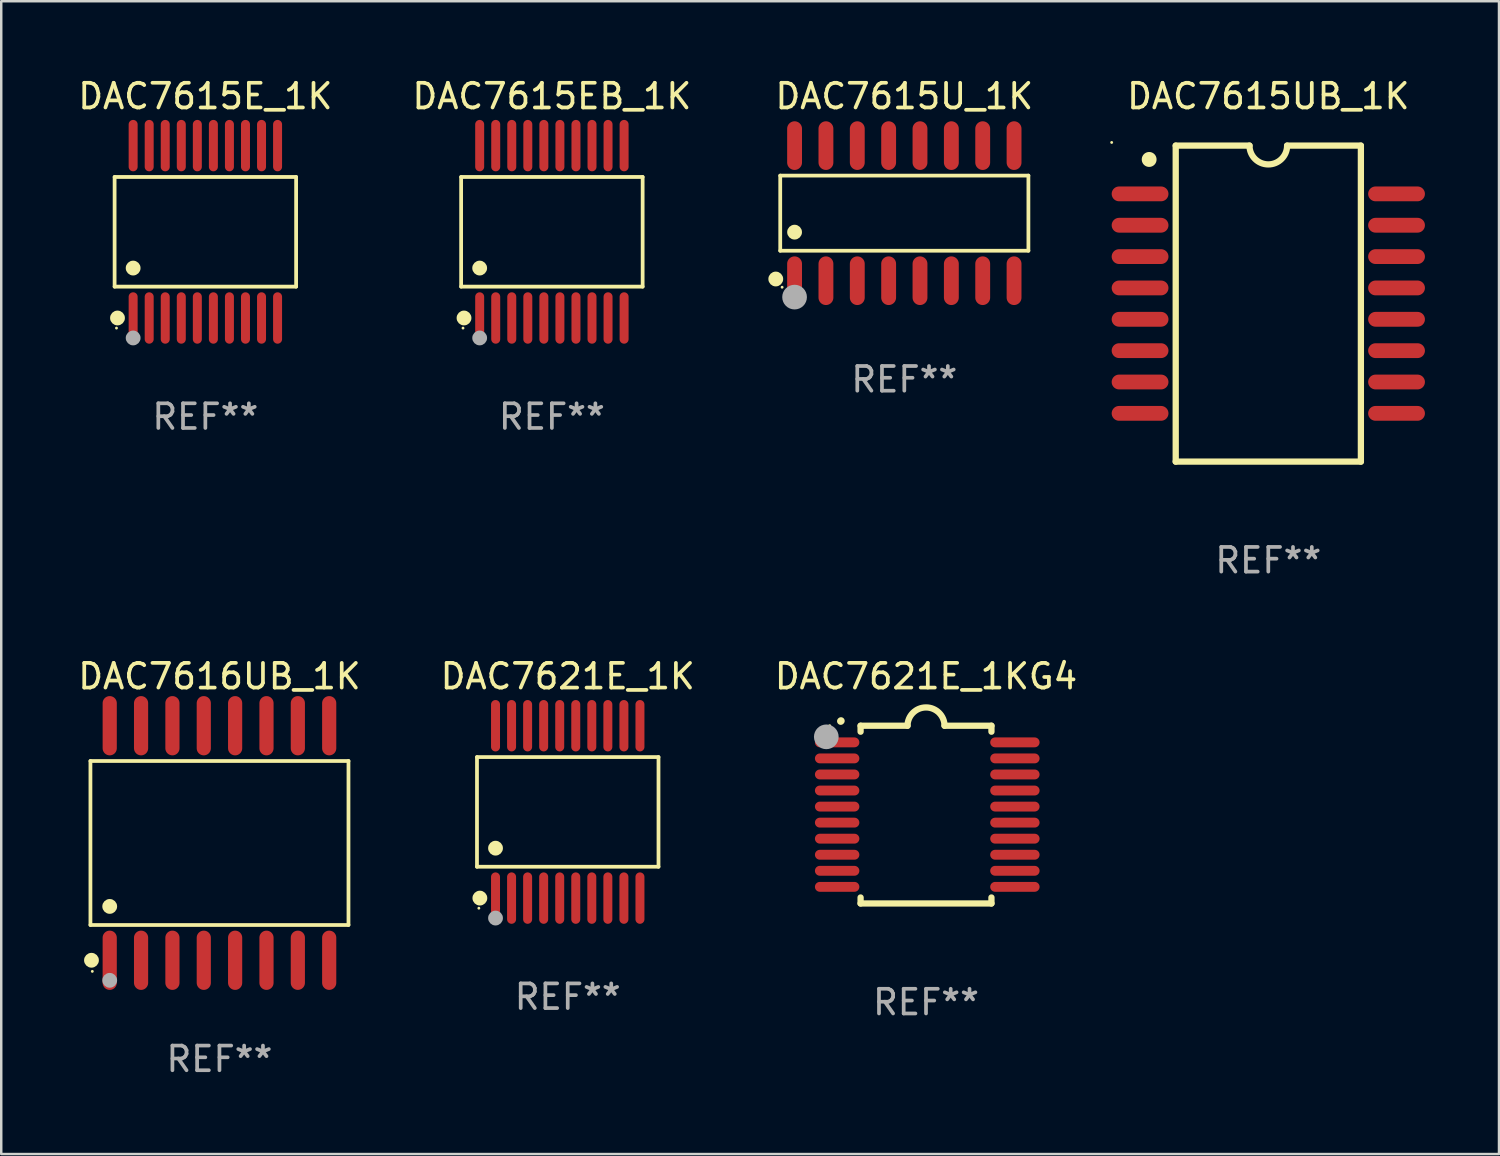
<source format=kicad_pcb>
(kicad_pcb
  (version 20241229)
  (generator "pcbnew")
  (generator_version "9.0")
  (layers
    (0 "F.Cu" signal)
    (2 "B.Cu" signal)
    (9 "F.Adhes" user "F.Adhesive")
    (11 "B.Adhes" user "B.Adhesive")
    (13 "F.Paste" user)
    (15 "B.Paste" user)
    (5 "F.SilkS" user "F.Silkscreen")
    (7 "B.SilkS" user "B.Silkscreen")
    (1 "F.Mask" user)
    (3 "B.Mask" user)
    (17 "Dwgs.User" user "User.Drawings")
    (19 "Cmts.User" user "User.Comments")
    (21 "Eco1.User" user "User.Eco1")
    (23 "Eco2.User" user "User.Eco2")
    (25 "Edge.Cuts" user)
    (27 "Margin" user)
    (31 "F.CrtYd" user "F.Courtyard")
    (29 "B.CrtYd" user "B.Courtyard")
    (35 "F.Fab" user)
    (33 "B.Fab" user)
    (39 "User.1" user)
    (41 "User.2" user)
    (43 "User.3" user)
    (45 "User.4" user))
  (footprint "DAC7616UB_1K"
    (layer "F.Cu")
    (at 5.839 31.095)
    (property "Reference" "DAC7616UB_1K" (at 0 -6.75 0) (layer "F.SilkS") (effects (font (size 1 1) (thickness 0.15))))
    (attr through_hole)
    (fp_line (start -5.226 -3.321) (end 5.226 -3.321) (stroke (width 0.152) (type solid)) (layer "F.SilkS"))
    (fp_line (start -5.226 3.321) (end -5.226 -3.321) (stroke (width 0.152) (type solid)) (layer "F.SilkS"))
    (fp_line (start 5.226 -3.321) (end 5.226 3.321) (stroke (width 0.152) (type solid)) (layer "F.SilkS"))
    (fp_line (start 5.226 3.321) (end -5.226 3.321) (stroke (width 0.152) (type solid)) (layer "F.SilkS"))
    (fp_circle (center -5.184 4.75) (end -5.034 4.75) (stroke (width 0.3) (type solid)) (fill no) (layer "F.SilkS"))
    (fp_circle (center -5.15 5.2) (end -5.12 5.2) (stroke (width 0.06) (type solid)) (fill no) (layer "F.SilkS"))
    (fp_circle (center -4.445 2.569) (end -4.295 2.569) (stroke (width 0.3) (type solid)) (fill no) (layer "F.SilkS"))
    (fp_circle (center -4.445 5.563) (end -4.295 5.563) (stroke (width 0.3) (type solid)) (fill no) (layer "F.Fab"))
    (fp_text user "REF**" (at 0 8.75 0) (layer "F.Fab") (effects (font (size 1 1) (thickness 0.15))))
    (pad "1" smd oval (at -4.445 4.75) (size 0.574 2.401) (layers "F.Cu" "F.Mask" "F.Paste"))
    (pad "2" smd oval (at -3.175 4.75) (size 0.574 2.401) (layers "F.Cu" "F.Mask" "F.Paste"))
    (pad "3" smd oval (at -1.905 4.75) (size 0.574 2.401) (layers "F.Cu" "F.Mask" "F.Paste"))
    (pad "4" smd oval (at -0.635 4.75) (size 0.574 2.401) (layers "F.Cu" "F.Mask" "F.Paste"))
    (pad "5" smd oval (at 0.635 4.75) (size 0.574 2.401) (layers "F.Cu" "F.Mask" "F.Paste"))
    (pad "6" smd oval (at 1.905 4.75) (size 0.574 2.401) (layers "F.Cu" "F.Mask" "F.Paste"))
    (pad "7" smd oval (at 3.175 4.75) (size 0.574 2.401) (layers "F.Cu" "F.Mask" "F.Paste"))
    (pad "8" smd oval (at 4.445 4.75) (size 0.574 2.401) (layers "F.Cu" "F.Mask" "F.Paste"))
    (pad "9" smd oval (at 4.445 -4.75) (size 0.574 2.401) (layers "F.Cu" "F.Mask" "F.Paste"))
    (pad "10" smd oval (at 3.175 -4.75) (size 0.574 2.401) (layers "F.Cu" "F.Mask" "F.Paste"))
    (pad "11" smd oval (at 1.905 -4.75) (size 0.574 2.401) (layers "F.Cu" "F.Mask" "F.Paste"))
    (pad "12" smd oval (at 0.635 -4.75) (size 0.574 2.401) (layers "F.Cu" "F.Mask" "F.Paste"))
    (pad "13" smd oval (at -0.635 -4.75) (size 0.574 2.401) (layers "F.Cu" "F.Mask" "F.Paste"))
    (pad "14" smd oval (at -1.905 -4.75) (size 0.574 2.401) (layers "F.Cu" "F.Mask" "F.Paste"))
    (pad "15" smd oval (at -3.175 -4.75) (size 0.574 2.401) (layers "F.Cu" "F.Mask" "F.Paste"))
    (pad "16" smd oval (at -4.445 -4.75) (size 0.574 2.401) (layers "F.Cu" "F.Mask" "F.Paste")))
  (footprint "DAC7615EB_1K"
    (layer "F.Cu")
    (at 19.304 6.339)
    (property "Reference" "DAC7615EB_1K" (at 0 -5.491 0) (layer "F.SilkS") (effects (font (size 1 1) (thickness 0.15))))
    (attr through_hole)
    (fp_line (start -3.676 -2.221) (end 3.676 -2.221) (stroke (width 0.152) (type solid)) (layer "F.SilkS"))
    (fp_line (start -3.676 2.221) (end -3.676 -2.221) (stroke (width 0.152) (type solid)) (layer "F.SilkS"))
    (fp_line (start 3.676 -2.221) (end 3.676 2.221) (stroke (width 0.152) (type solid)) (layer "F.SilkS"))
    (fp_line (start 3.676 2.221) (end -3.676 2.221) (stroke (width 0.152) (type solid)) (layer "F.SilkS"))
    (fp_circle (center -3.6 3.9) (end -3.57 3.9) (stroke (width 0.06) (type solid)) (fill no) (layer "F.SilkS"))
    (fp_circle (center -3.559 3.491) (end -3.409 3.491) (stroke (width 0.3) (type solid)) (fill no) (layer "F.SilkS"))
    (fp_circle (center -2.925 1.469) (end -2.775 1.469) (stroke (width 0.3) (type solid)) (fill no) (layer "F.SilkS"))
    (fp_circle (center -2.925 4.3) (end -2.775 4.3) (stroke (width 0.3) (type solid)) (fill no) (layer "F.Fab"))
    (fp_text user "REF**" (at 0 7.491 0) (layer "F.Fab") (effects (font (size 1 1) (thickness 0.15))))
    (pad "1" smd oval (at -2.925 3.491) (size 0.364 2.082) (layers "F.Cu" "F.Mask" "F.Paste"))
    (pad "2" smd oval (at -2.275 3.491) (size 0.364 2.082) (layers "F.Cu" "F.Mask" "F.Paste"))
    (pad "3" smd oval (at -1.625 3.491) (size 0.364 2.082) (layers "F.Cu" "F.Mask" "F.Paste"))
    (pad "4" smd oval (at -0.975 3.491) (size 0.364 2.082) (layers "F.Cu" "F.Mask" "F.Paste"))
    (pad "5" smd oval (at -0.325 3.491) (size 0.364 2.082) (layers "F.Cu" "F.Mask" "F.Paste"))
    (pad "6" smd oval (at 0.325 3.491) (size 0.364 2.082) (layers "F.Cu" "F.Mask" "F.Paste"))
    (pad "7" smd oval (at 0.975 3.491) (size 0.364 2.082) (layers "F.Cu" "F.Mask" "F.Paste"))
    (pad "8" smd oval (at 1.625 3.491) (size 0.364 2.082) (layers "F.Cu" "F.Mask" "F.Paste"))
    (pad "9" smd oval (at 2.275 3.491) (size 0.364 2.082) (layers "F.Cu" "F.Mask" "F.Paste"))
    (pad "10" smd oval (at 2.925 3.491) (size 0.364 2.082) (layers "F.Cu" "F.Mask" "F.Paste"))
    (pad "11" smd oval (at 2.925 -3.491) (size 0.364 2.082) (layers "F.Cu" "F.Mask" "F.Paste"))
    (pad "12" smd oval (at 2.275 -3.491) (size 0.364 2.082) (layers "F.Cu" "F.Mask" "F.Paste"))
    (pad "13" smd oval (at 1.625 -3.491) (size 0.364 2.082) (layers "F.Cu" "F.Mask" "F.Paste"))
    (pad "14" smd oval (at 0.975 -3.491) (size 0.364 2.082) (layers "F.Cu" "F.Mask" "F.Paste"))
    (pad "15" smd oval (at 0.325 -3.491) (size 0.364 2.082) (layers "F.Cu" "F.Mask" "F.Paste"))
    (pad "16" smd oval (at -0.325 -3.491) (size 0.364 2.082) (layers "F.Cu" "F.Mask" "F.Paste"))
    (pad "17" smd oval (at -0.975 -3.491) (size 0.364 2.082) (layers "F.Cu" "F.Mask" "F.Paste"))
    (pad "18" smd oval (at -1.625 -3.491) (size 0.364 2.082) (layers "F.Cu" "F.Mask" "F.Paste"))
    (pad "19" smd oval (at -2.275 -3.491) (size 0.364 2.082) (layers "F.Cu" "F.Mask" "F.Paste"))
    (pad "20" smd oval (at -2.925 -3.491) (size 0.364 2.082) (layers "F.Cu" "F.Mask" "F.Paste")))
  (footprint "DAC7615UB_1K"
    (layer "F.Cu")
    (at 48.322 9.248)
    (property "Reference" "DAC7615UB_1K" (at 0 -8.4 0) (layer "F.SilkS") (effects (font (size 1 1) (thickness 0.15))))
    (attr through_hole)
    (fp_line (start -3.75 -6.4) (end -0.762 -6.4) (stroke (width 0.254) (type solid)) (layer "F.SilkS"))
    (fp_line (start -3.75 6.4) (end -3.75 -6.4) (stroke (width 0.254) (type solid)) (layer "F.SilkS"))
    (fp_line (start 3.75 -6.4) (end 0.762 -6.4) (stroke (width 0.254) (type solid)) (layer "F.SilkS"))
    (fp_line (start 3.75 -6.4) (end 3.75 6.4) (stroke (width 0.254) (type solid)) (layer "F.SilkS"))
    (fp_line (start 3.75 6.4) (end -3.75 6.4) (stroke (width 0.254) (type solid)) (layer "F.SilkS"))
    (fp_arc (start -4.82601 -5.836932) (mid -4.826021 -5.839472) (end -4.82601 -5.842012) (stroke (width 0.6) (type solid)) (layer "F.SilkS"))
    (fp_arc (start 0.762002 -6.400025) (mid -0.000394 -5.638811) (end -0.762002 -6.400813) (stroke (width 0.254001) (type solid)) (layer "F.SilkS"))
    (fp_circle (center -6.344 -6.528) (end -6.314 -6.528) (stroke (width 0.06) (type solid)) (fill no) (layer "F.SilkS"))
    (fp_text user "REF**" (at 0 10.4 0) (layer "F.Fab") (effects (font (size 1 1) (thickness 0.15))))
    (pad "1" smd oval (at -5.194 -4.445 90) (size 0.6 2.3) (layers "F.Cu" "F.Mask" "F.Paste"))
    (pad "2" smd oval (at -5.194 -3.175 90) (size 0.6 2.3) (layers "F.Cu" "F.Mask" "F.Paste"))
    (pad "3" smd oval (at -5.194 -1.905 90) (size 0.6 2.3) (layers "F.Cu" "F.Mask" "F.Paste"))
    (pad "4" smd oval (at -5.194 -0.635 90) (size 0.6 2.3) (layers "F.Cu" "F.Mask" "F.Paste"))
    (pad "5" smd oval (at -5.194 0.635 90) (size 0.6 2.3) (layers "F.Cu" "F.Mask" "F.Paste"))
    (pad "6" smd oval (at -5.194 1.905 90) (size 0.6 2.3) (layers "F.Cu" "F.Mask" "F.Paste"))
    (pad "7" smd oval (at -5.194 3.175 90) (size 0.6 2.3) (layers "F.Cu" "F.Mask" "F.Paste"))
    (pad "8" smd oval (at -5.194 4.445 90) (size 0.6 2.3) (layers "F.Cu" "F.Mask" "F.Paste"))
    (pad "9" smd oval (at 5.194 4.445 90) (size 0.6 2.3) (layers "F.Cu" "F.Mask" "F.Paste"))
    (pad "10" smd oval (at 5.194 3.175 90) (size 0.6 2.3) (layers "F.Cu" "F.Mask" "F.Paste"))
    (pad "11" smd oval (at 5.194 1.905 90) (size 0.6 2.3) (layers "F.Cu" "F.Mask" "F.Paste"))
    (pad "12" smd oval (at 5.194 0.635 90) (size 0.6 2.3) (layers "F.Cu" "F.Mask" "F.Paste"))
    (pad "13" smd oval (at 5.194 -0.635 90) (size 0.6 2.3) (layers "F.Cu" "F.Mask" "F.Paste"))
    (pad "14" smd oval (at 5.194 -1.905 90) (size 0.6 2.3) (layers "F.Cu" "F.Mask" "F.Paste"))
    (pad "15" smd oval (at 5.194 -3.175 90) (size 0.6 2.3) (layers "F.Cu" "F.Mask" "F.Paste"))
    (pad "16" smd oval (at 5.194 -4.445 90) (size 0.6 2.3) (layers "F.Cu" "F.Mask" "F.Paste")))
  (footprint "DAC7615E_1K"
    (layer "F.Cu")
    (at 5.268 6.339)
    (property "Reference" "DAC7615E_1K" (at 0 -5.491 0) (layer "F.SilkS") (effects (font (size 1 1) (thickness 0.15))))
    (attr through_hole)
    (fp_line (start -3.676 -2.221) (end 3.676 -2.221) (stroke (width 0.152) (type solid)) (layer "F.SilkS"))
    (fp_line (start -3.676 2.221) (end -3.676 -2.221) (stroke (width 0.152) (type solid)) (layer "F.SilkS"))
    (fp_line (start 3.676 -2.221) (end 3.676 2.221) (stroke (width 0.152) (type solid)) (layer "F.SilkS"))
    (fp_line (start 3.676 2.221) (end -3.676 2.221) (stroke (width 0.152) (type solid)) (layer "F.SilkS"))
    (fp_circle (center -3.6 3.9) (end -3.57 3.9) (stroke (width 0.06) (type solid)) (fill no) (layer "F.SilkS"))
    (fp_circle (center -3.559 3.491) (end -3.409 3.491) (stroke (width 0.3) (type solid)) (fill no) (layer "F.SilkS"))
    (fp_circle (center -2.925 1.469) (end -2.775 1.469) (stroke (width 0.3) (type solid)) (fill no) (layer "F.SilkS"))
    (fp_circle (center -2.925 4.3) (end -2.775 4.3) (stroke (width 0.3) (type solid)) (fill no) (layer "F.Fab"))
    (fp_text user "REF**" (at 0 7.491 0) (layer "F.Fab") (effects (font (size 1 1) (thickness 0.15))))
    (pad "1" smd oval (at -2.925 3.491) (size 0.364 2.082) (layers "F.Cu" "F.Mask" "F.Paste"))
    (pad "2" smd oval (at -2.275 3.491) (size 0.364 2.082) (layers "F.Cu" "F.Mask" "F.Paste"))
    (pad "3" smd oval (at -1.625 3.491) (size 0.364 2.082) (layers "F.Cu" "F.Mask" "F.Paste"))
    (pad "4" smd oval (at -0.975 3.491) (size 0.364 2.082) (layers "F.Cu" "F.Mask" "F.Paste"))
    (pad "5" smd oval (at -0.325 3.491) (size 0.364 2.082) (layers "F.Cu" "F.Mask" "F.Paste"))
    (pad "6" smd oval (at 0.325 3.491) (size 0.364 2.082) (layers "F.Cu" "F.Mask" "F.Paste"))
    (pad "7" smd oval (at 0.975 3.491) (size 0.364 2.082) (layers "F.Cu" "F.Mask" "F.Paste"))
    (pad "8" smd oval (at 1.625 3.491) (size 0.364 2.082) (layers "F.Cu" "F.Mask" "F.Paste"))
    (pad "9" smd oval (at 2.275 3.491) (size 0.364 2.082) (layers "F.Cu" "F.Mask" "F.Paste"))
    (pad "10" smd oval (at 2.925 3.491) (size 0.364 2.082) (layers "F.Cu" "F.Mask" "F.Paste"))
    (pad "11" smd oval (at 2.925 -3.491) (size 0.364 2.082) (layers "F.Cu" "F.Mask" "F.Paste"))
    (pad "12" smd oval (at 2.275 -3.491) (size 0.364 2.082) (layers "F.Cu" "F.Mask" "F.Paste"))
    (pad "13" smd oval (at 1.625 -3.491) (size 0.364 2.082) (layers "F.Cu" "F.Mask" "F.Paste"))
    (pad "14" smd oval (at 0.975 -3.491) (size 0.364 2.082) (layers "F.Cu" "F.Mask" "F.Paste"))
    (pad "15" smd oval (at 0.325 -3.491) (size 0.364 2.082) (layers "F.Cu" "F.Mask" "F.Paste"))
    (pad "16" smd oval (at -0.325 -3.491) (size 0.364 2.082) (layers "F.Cu" "F.Mask" "F.Paste"))
    (pad "17" smd oval (at -0.975 -3.491) (size 0.364 2.082) (layers "F.Cu" "F.Mask" "F.Paste"))
    (pad "18" smd oval (at -1.625 -3.491) (size 0.364 2.082) (layers "F.Cu" "F.Mask" "F.Paste"))
    (pad "19" smd oval (at -2.275 -3.491) (size 0.364 2.082) (layers "F.Cu" "F.Mask" "F.Paste"))
    (pad "20" smd oval (at -2.925 -3.491) (size 0.364 2.082) (layers "F.Cu" "F.Mask" "F.Paste")))
  (footprint "DAC7621E_1KG4"
    (layer "F.Cu")
    (at 34.458 29.945)
    (property "Reference" "DAC7621E_1KG4" (at 0 -5.6 0) (layer "F.SilkS") (effects (font (size 1 1) (thickness 0.15))))
    (attr through_hole)
    (fp_line (start -2.65 -3.6) (end -2.65 -3.357) (stroke (width 0.254) (type solid)) (layer "F.SilkS"))
    (fp_line (start -2.65 -3.6) (end -0.75 -3.6) (stroke (width 0.254) (type solid)) (layer "F.SilkS"))
    (fp_line (start -2.65 3.357) (end -2.65 3.6) (stroke (width 0.254) (type solid)) (layer "F.SilkS"))
    (fp_line (start 2.65 -3.6) (end 0.75 -3.6) (stroke (width 0.254) (type solid)) (layer "F.SilkS"))
    (fp_line (start 2.65 -3.6) (end 2.65 -3.357) (stroke (width 0.254) (type solid)) (layer "F.SilkS"))
    (fp_line (start 2.65 3.357) (end 2.65 3.6) (stroke (width 0.254) (type solid)) (layer "F.SilkS"))
    (fp_line (start 2.65 3.6) (end -2.65 3.6) (stroke (width 0.254) (type solid)) (layer "F.SilkS"))
    (fp_arc (start -3.454407 -3.784608) (mid -3.449499 -3.78986) (end -3.444247 -3.794768) (stroke (width 0.3) (type solid)) (layer "F.SilkS"))
    (fp_arc (start -0.749301 -3.599186) (mid -0.000051 -4.348844) (end 0.750013 -3.6) (stroke (width 0.254001) (type solid)) (layer "F.SilkS"))
    (fp_circle (center -3.9 -3.6) (end -3.87 -3.6) (stroke (width 0.06) (type solid)) (fill no) (layer "F.SilkS"))
    (fp_circle (center -4.039 -3.15) (end -3.789 -3.15) (stroke (width 0.5) (type solid)) (fill no) (layer "F.Fab"))
    (fp_text user "REF**" (at 0 7.6 0) (layer "F.Fab") (effects (font (size 1 1) (thickness 0.15))))
    (pad "1" smd oval (at -3.6 -2.926 90) (size 0.4 1.8) (layers "F.Cu" "F.Mask" "F.Paste"))
    (pad "2" smd oval (at -3.6 -2.276 90) (size 0.4 1.8) (layers "F.Cu" "F.Mask" "F.Paste"))
    (pad "3" smd oval (at -3.6 -1.626 90) (size 0.4 1.8) (layers "F.Cu" "F.Mask" "F.Paste"))
    (pad "4" smd oval (at -3.6 -0.975 90) (size 0.4 1.8) (layers "F.Cu" "F.Mask" "F.Paste"))
    (pad "5" smd oval (at -3.6 -0.325 90) (size 0.4 1.8) (layers "F.Cu" "F.Mask" "F.Paste"))
    (pad "6" smd oval (at -3.6 0.325 90) (size 0.4 1.8) (layers "F.Cu" "F.Mask" "F.Paste"))
    (pad "7" smd oval (at -3.6 0.975 90) (size 0.4 1.8) (layers "F.Cu" "F.Mask" "F.Paste"))
    (pad "8" smd oval (at -3.6 1.626 90) (size 0.4 1.8) (layers "F.Cu" "F.Mask" "F.Paste"))
    (pad "9" smd oval (at -3.6 2.276 90) (size 0.4 1.8) (layers "F.Cu" "F.Mask" "F.Paste"))
    (pad "10" smd oval (at -3.6 2.926 90) (size 0.4 1.8) (layers "F.Cu" "F.Mask" "F.Paste"))
    (pad "11" smd oval (at 3.6 2.926 90) (size 0.4 2) (layers "F.Cu" "F.Mask" "F.Paste"))
    (pad "12" smd oval (at 3.6 2.276 90) (size 0.4 2) (layers "F.Cu" "F.Mask" "F.Paste"))
    (pad "13" smd oval (at 3.6 1.626 90) (size 0.4 2) (layers "F.Cu" "F.Mask" "F.Paste"))
    (pad "14" smd oval (at 3.6 0.975 90) (size 0.4 2) (layers "F.Cu" "F.Mask" "F.Paste"))
    (pad "15" smd oval (at 3.6 0.325 90) (size 0.4 2) (layers "F.Cu" "F.Mask" "F.Paste"))
    (pad "16" smd oval (at 3.6 -0.325 90) (size 0.4 2) (layers "F.Cu" "F.Mask" "F.Paste"))
    (pad "17" smd oval (at 3.6 -0.975 90) (size 0.4 2) (layers "F.Cu" "F.Mask" "F.Paste"))
    (pad "18" smd oval (at 3.6 -1.626 90) (size 0.4 2) (layers "F.Cu" "F.Mask" "F.Paste"))
    (pad "19" smd oval (at 3.6 -2.276 90) (size 0.4 2) (layers "F.Cu" "F.Mask" "F.Paste"))
    (pad "20" smd oval (at 3.6 -2.926 90) (size 0.4 2) (layers "F.Cu" "F.Mask" "F.Paste")))
  (footprint "DAC7621E_1K"
    (layer "F.Cu")
    (at 19.946 29.836)
    (property "Reference" "DAC7621E_1K" (at 0 -5.491 0) (layer "F.SilkS") (effects (font (size 1 1) (thickness 0.15))))
    (attr through_hole)
    (fp_line (start -3.676 -2.221) (end 3.676 -2.221) (stroke (width 0.152) (type solid)) (layer "F.SilkS"))
    (fp_line (start -3.676 2.221) (end -3.676 -2.221) (stroke (width 0.152) (type solid)) (layer "F.SilkS"))
    (fp_line (start 3.676 -2.221) (end 3.676 2.221) (stroke (width 0.152) (type solid)) (layer "F.SilkS"))
    (fp_line (start 3.676 2.221) (end -3.676 2.221) (stroke (width 0.152) (type solid)) (layer "F.SilkS"))
    (fp_circle (center -3.6 3.9) (end -3.57 3.9) (stroke (width 0.06) (type solid)) (fill no) (layer "F.SilkS"))
    (fp_circle (center -3.559 3.491) (end -3.409 3.491) (stroke (width 0.3) (type solid)) (fill no) (layer "F.SilkS"))
    (fp_circle (center -2.925 1.469) (end -2.775 1.469) (stroke (width 0.3) (type solid)) (fill no) (layer "F.SilkS"))
    (fp_circle (center -2.925 4.3) (end -2.775 4.3) (stroke (width 0.3) (type solid)) (fill no) (layer "F.Fab"))
    (fp_text user "REF**" (at 0 7.491 0) (layer "F.Fab") (effects (font (size 1 1) (thickness 0.15))))
    (pad "1" smd oval (at -2.925 3.491) (size 0.364 2.082) (layers "F.Cu" "F.Mask" "F.Paste"))
    (pad "2" smd oval (at -2.275 3.491) (size 0.364 2.082) (layers "F.Cu" "F.Mask" "F.Paste"))
    (pad "3" smd oval (at -1.625 3.491) (size 0.364 2.082) (layers "F.Cu" "F.Mask" "F.Paste"))
    (pad "4" smd oval (at -0.975 3.491) (size 0.364 2.082) (layers "F.Cu" "F.Mask" "F.Paste"))
    (pad "5" smd oval (at -0.325 3.491) (size 0.364 2.082) (layers "F.Cu" "F.Mask" "F.Paste"))
    (pad "6" smd oval (at 0.325 3.491) (size 0.364 2.082) (layers "F.Cu" "F.Mask" "F.Paste"))
    (pad "7" smd oval (at 0.975 3.491) (size 0.364 2.082) (layers "F.Cu" "F.Mask" "F.Paste"))
    (pad "8" smd oval (at 1.625 3.491) (size 0.364 2.082) (layers "F.Cu" "F.Mask" "F.Paste"))
    (pad "9" smd oval (at 2.275 3.491) (size 0.364 2.082) (layers "F.Cu" "F.Mask" "F.Paste"))
    (pad "10" smd oval (at 2.925 3.491) (size 0.364 2.082) (layers "F.Cu" "F.Mask" "F.Paste"))
    (pad "11" smd oval (at 2.925 -3.491) (size 0.364 2.082) (layers "F.Cu" "F.Mask" "F.Paste"))
    (pad "12" smd oval (at 2.275 -3.491) (size 0.364 2.082) (layers "F.Cu" "F.Mask" "F.Paste"))
    (pad "13" smd oval (at 1.625 -3.491) (size 0.364 2.082) (layers "F.Cu" "F.Mask" "F.Paste"))
    (pad "14" smd oval (at 0.975 -3.491) (size 0.364 2.082) (layers "F.Cu" "F.Mask" "F.Paste"))
    (pad "15" smd oval (at 0.325 -3.491) (size 0.364 2.082) (layers "F.Cu" "F.Mask" "F.Paste"))
    (pad "16" smd oval (at -0.325 -3.491) (size 0.364 2.082) (layers "F.Cu" "F.Mask" "F.Paste"))
    (pad "17" smd oval (at -0.975 -3.491) (size 0.364 2.082) (layers "F.Cu" "F.Mask" "F.Paste"))
    (pad "18" smd oval (at -1.625 -3.491) (size 0.364 2.082) (layers "F.Cu" "F.Mask" "F.Paste"))
    (pad "19" smd oval (at -2.275 -3.491) (size 0.364 2.082) (layers "F.Cu" "F.Mask" "F.Paste"))
    (pad "20" smd oval (at -2.925 -3.491) (size 0.364 2.082) (layers "F.Cu" "F.Mask" "F.Paste")))
  (footprint "DAC7615U_1K"
    (layer "F.Cu")
    (at 33.579 5.584)
    (property "Reference" "DAC7615U_1K" (at 0 -4.736 0) (layer "F.SilkS") (effects (font (size 1 1) (thickness 0.15))))
    (attr through_hole)
    (fp_line (start -5.026 -1.521) (end 5.026 -1.521) (stroke (width 0.152) (type solid)) (layer "F.SilkS"))
    (fp_line (start -5.026 1.521) (end -5.026 -1.521) (stroke (width 0.152) (type solid)) (layer "F.SilkS"))
    (fp_line (start 5.026 -1.521) (end 5.026 1.521) (stroke (width 0.152) (type solid)) (layer "F.SilkS"))
    (fp_line (start 5.026 1.521) (end -5.026 1.521) (stroke (width 0.152) (type solid)) (layer "F.SilkS"))
    (fp_circle (center -5.207 2.667) (end -5.057 2.667) (stroke (width 0.3) (type solid)) (fill no) (layer "F.SilkS"))
    (fp_circle (center -4.95 3) (end -4.92 3) (stroke (width 0.06) (type solid)) (fill no) (layer "F.SilkS"))
    (fp_circle (center -4.445 0.769) (end -4.295 0.769) (stroke (width 0.3) (type solid)) (fill no) (layer "F.SilkS"))
    (fp_circle (center -4.445 3.4) (end -4.195 3.4) (stroke (width 0.5) (type solid)) (fill no) (layer "F.Fab"))
    (fp_text user "REF**" (at 0 6.736 0) (layer "F.Fab") (effects (font (size 1 1) (thickness 0.15))))
    (pad "1" smd oval (at -4.445 2.736) (size 0.602 1.971) (layers "F.Cu" "F.Mask" "F.Paste"))
    (pad "2" smd oval (at -3.175 2.736) (size 0.602 1.971) (layers "F.Cu" "F.Mask" "F.Paste"))
    (pad "3" smd oval (at -1.905 2.736) (size 0.602 1.971) (layers "F.Cu" "F.Mask" "F.Paste"))
    (pad "4" smd oval (at -0.635 2.736) (size 0.602 1.971) (layers "F.Cu" "F.Mask" "F.Paste"))
    (pad "5" smd oval (at 0.635 2.736) (size 0.602 1.971) (layers "F.Cu" "F.Mask" "F.Paste"))
    (pad "6" smd oval (at 1.905 2.736) (size 0.602 1.971) (layers "F.Cu" "F.Mask" "F.Paste"))
    (pad "7" smd oval (at 3.175 2.736) (size 0.602 1.971) (layers "F.Cu" "F.Mask" "F.Paste"))
    (pad "8" smd oval (at 4.445 2.736) (size 0.602 1.971) (layers "F.Cu" "F.Mask" "F.Paste"))
    (pad "9" smd oval (at 4.445 -2.736) (size 0.602 1.971) (layers "F.Cu" "F.Mask" "F.Paste"))
    (pad "10" smd oval (at 3.175 -2.736) (size 0.602 1.971) (layers "F.Cu" "F.Mask" "F.Paste"))
    (pad "11" smd oval (at 1.905 -2.736) (size 0.602 1.971) (layers "F.Cu" "F.Mask" "F.Paste"))
    (pad "12" smd oval (at 0.635 -2.736) (size 0.602 1.971) (layers "F.Cu" "F.Mask" "F.Paste"))
    (pad "13" smd oval (at -0.635 -2.736) (size 0.602 1.971) (layers "F.Cu" "F.Mask" "F.Paste"))
    (pad "14" smd oval (at -1.905 -2.736) (size 0.602 1.971) (layers "F.Cu" "F.Mask" "F.Paste"))
    (pad "15" smd oval (at -3.175 -2.736) (size 0.602 1.971) (layers "F.Cu" "F.Mask" "F.Paste"))
    (pad "16" smd oval (at -4.445 -2.736) (size 0.602 1.971) (layers "F.Cu" "F.Mask" "F.Paste")))
  (gr_rect
    (start -3 -3)
    (end 57.666 43.694)
    (stroke (width 0.1) (type default))
    (fill no)
    (layer "Edge.Cuts")))
</source>
